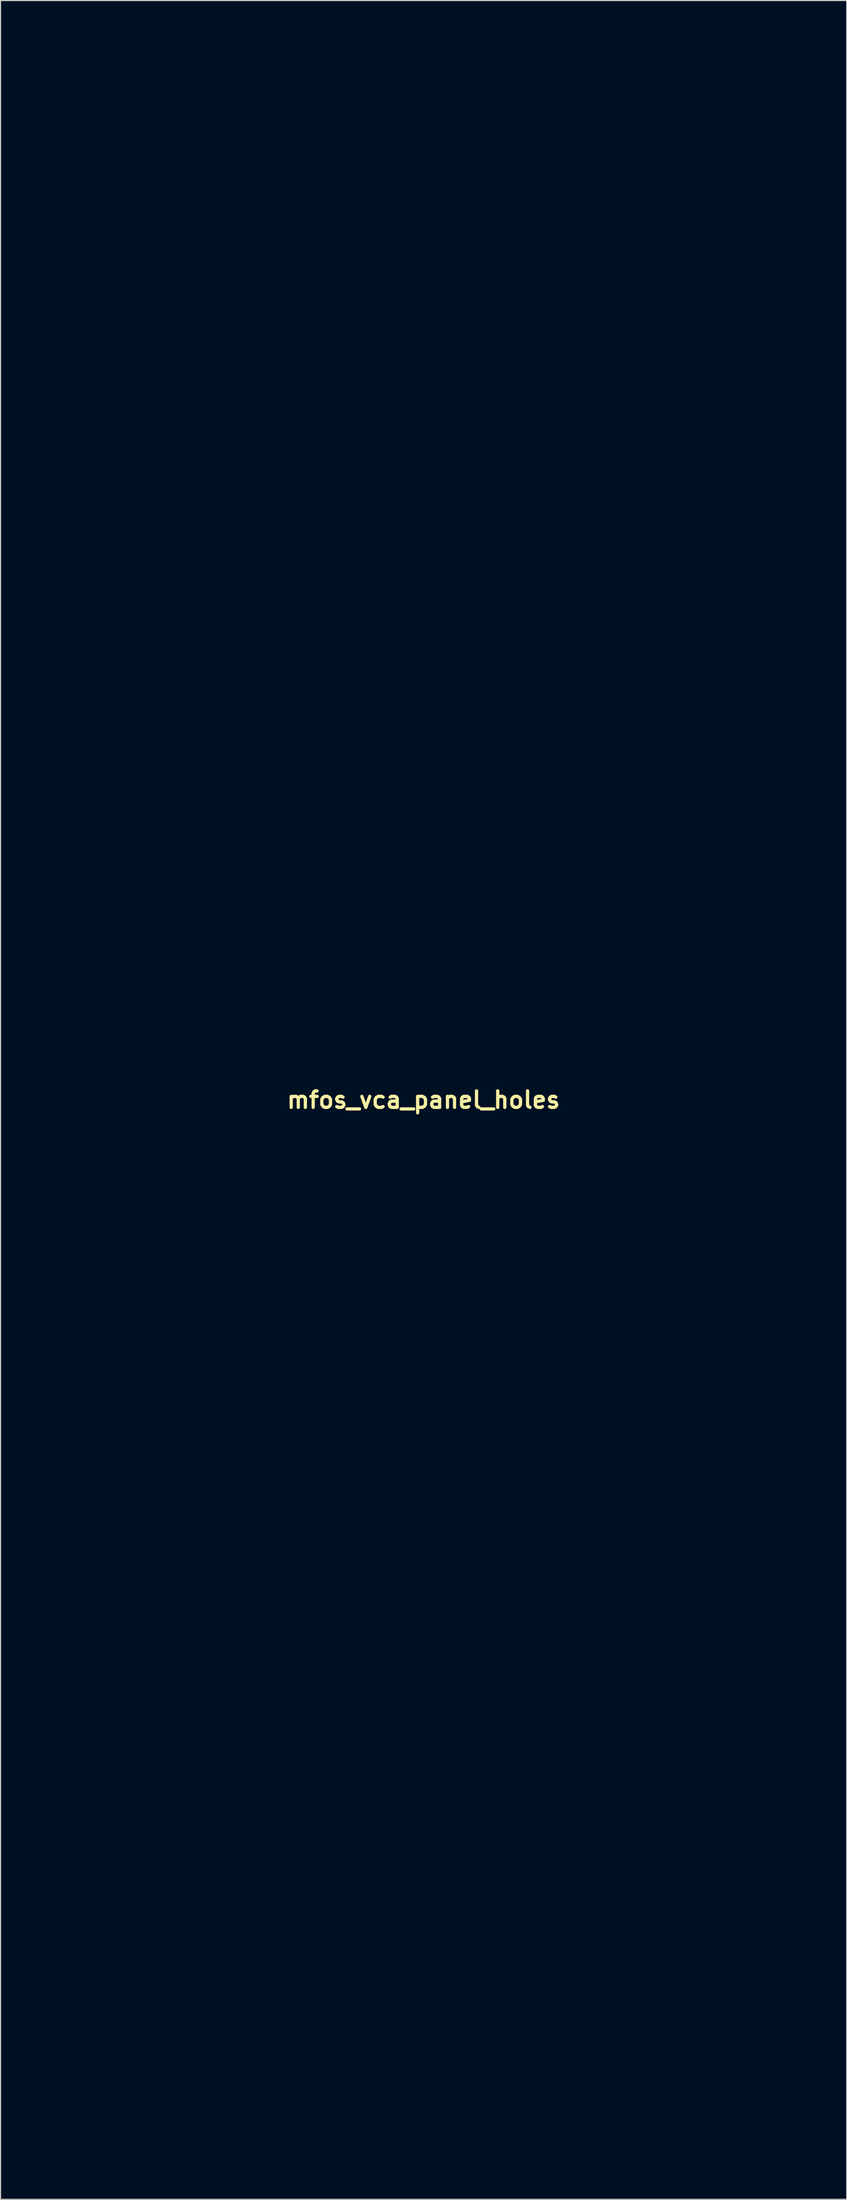
<source format=kicad_pcb>
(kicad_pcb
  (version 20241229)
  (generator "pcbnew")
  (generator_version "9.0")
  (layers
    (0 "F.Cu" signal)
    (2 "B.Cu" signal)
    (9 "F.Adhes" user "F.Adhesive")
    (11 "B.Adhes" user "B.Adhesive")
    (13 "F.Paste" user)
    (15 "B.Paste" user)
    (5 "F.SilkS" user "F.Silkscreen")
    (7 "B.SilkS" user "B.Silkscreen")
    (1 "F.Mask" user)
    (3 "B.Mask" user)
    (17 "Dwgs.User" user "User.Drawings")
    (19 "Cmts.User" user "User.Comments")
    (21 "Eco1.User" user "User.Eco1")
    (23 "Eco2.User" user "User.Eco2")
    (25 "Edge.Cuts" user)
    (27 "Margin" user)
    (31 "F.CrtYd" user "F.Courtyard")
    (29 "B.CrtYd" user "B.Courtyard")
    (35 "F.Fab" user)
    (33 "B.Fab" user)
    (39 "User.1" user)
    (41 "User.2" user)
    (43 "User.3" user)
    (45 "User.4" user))
  (footprint "mfos_vca_panel_holes"
    (layer "F.Cu")
    (at 36.093 98.595)
    (property "Reference" "mfos_vca_panel_holes" (at 0 0 0) (layer "F.SilkS") (effects (font (size 1.524 1.524) (thickness 0.3))))
    (attr through_hole)
    (fp_poly (pts (xy 34.175 95.406) (xy 34.364 95.409) (xy 34.522 95.413) (xy 34.654 95.419) (xy 34.764 95.428) (xy 34.855 95.44) (xy 34.932 95.454) (xy 34.999 95.471) (xy 35.06 95.493) (xy 35.119 95.517) (xy 35.18 95.547) (xy 35.224 95.568) (xy 35.463 95.715) (xy 35.665 95.892) (xy 35.831 96.095) (xy 35.959 96.319) (xy 36.049 96.558) (xy 36.099 96.808) (xy 36.109 97.062) (xy 36.079 97.316) (xy 36.007 97.564) (xy 35.892 97.802) (xy 35.735 98.024) (xy 35.6 98.165) (xy 35.454 98.29) (xy 35.307 98.387) (xy 35.14 98.469) (xy 35.001 98.522) (xy 34.811 98.59) (xy 33.185 98.594) (xy 32.898 98.594) (xy 32.623 98.594) (xy 32.365 98.593) (xy 32.128 98.591) (xy 31.917 98.589) (xy 31.737 98.586) (xy 31.593 98.583) (xy 31.489 98.58) (xy 31.43 98.576) (xy 31.424 98.575) (xy 31.221 98.52) (xy 31.01 98.428) (xy 30.806 98.307) (xy 30.624 98.166) (xy 30.479 98.015) (xy 30.319 97.774) (xy 30.207 97.518) (xy 30.143 97.244) (xy 30.125 96.994) (xy 30.148 96.712) (xy 30.219 96.446) (xy 30.333 96.201) (xy 30.488 95.979) (xy 30.683 95.785) (xy 30.913 95.622) (xy 31.177 95.494) (xy 31.191 95.488) (xy 31.382 95.415) (xy 33.033 95.408) (xy 33.384 95.406) (xy 33.689 95.405) (xy 33.951 95.405) (xy 34.175 95.406)) (stroke (width 0.01) (type solid)) (fill no) (layer "Eco1.User"))
    (fp_poly (pts (xy -32.449 -98.59) (xy -32.191 -98.589) (xy -31.972 -98.588) (xy -31.788 -98.585) (xy -31.634 -98.581) (xy -31.506 -98.574) (xy -31.401 -98.566) (xy -31.314 -98.555) (xy -31.242 -98.541) (xy -31.179 -98.524) (xy -31.123 -98.503) (xy -31.07 -98.478) (xy -31.014 -98.449) (xy -30.952 -98.416) (xy -30.937 -98.408) (xy -30.698 -98.25) (xy -30.494 -98.058) (xy -30.329 -97.836) (xy -30.204 -97.588) (xy -30.135 -97.366) (xy -30.106 -97.17) (xy -30.101 -96.952) (xy -30.121 -96.733) (xy -30.163 -96.532) (xy -30.183 -96.47) (xy -30.3 -96.212) (xy -30.459 -95.984) (xy -30.658 -95.787) (xy -30.896 -95.62) (xy -31.173 -95.486) (xy -31.21 -95.471) (xy -31.24 -95.46) (xy -31.27 -95.451) (xy -31.304 -95.443) (xy -31.346 -95.436) (xy -31.4 -95.43) (xy -31.47 -95.426) (xy -31.56 -95.422) (xy -31.673 -95.419) (xy -31.814 -95.417) (xy -31.987 -95.415) (xy -32.195 -95.413) (xy -32.442 -95.412) (xy -32.733 -95.411) (xy -33.033 -95.41) (xy -33.367 -95.409) (xy -33.655 -95.408) (xy -33.9 -95.408) (xy -34.106 -95.408) (xy -34.278 -95.409) (xy -34.418 -95.411) (xy -34.533 -95.413) (xy -34.624 -95.417) (xy -34.697 -95.421) (xy -34.756 -95.426) (xy -34.804 -95.433) (xy -34.845 -95.441) (xy -34.885 -95.451) (xy -34.894 -95.453) (xy -35.155 -95.547) (xy -35.39 -95.681) (xy -35.595 -95.848) (xy -35.768 -96.046) (xy -35.907 -96.267) (xy -36.008 -96.508) (xy -36.068 -96.764) (xy -36.086 -97.028) (xy -36.058 -97.297) (xy -36.004 -97.501) (xy -35.935 -97.682) (xy -35.855 -97.834) (xy -35.752 -97.976) (xy -35.655 -98.085) (xy -35.469 -98.259) (xy -35.269 -98.393) (xy -35.039 -98.499) (xy -35.002 -98.512) (xy -34.785 -98.59) (xy -33.096 -98.59) (xy -32.749 -98.59) (xy -32.449 -98.59)) (stroke (width 0.01) (type solid)) (fill no) (layer "Eco1.User"))
    (fp_poly (pts (xy -18.692 21.557) (xy -18.307 21.612) (xy -17.928 21.709) (xy -17.561 21.849) (xy -17.208 22.033) (xy -16.873 22.259) (xy -16.561 22.529) (xy -16.522 22.567) (xy -16.239 22.885) (xy -15.999 23.23) (xy -15.802 23.601) (xy -15.65 23.998) (xy -15.552 24.363) (xy -15.53 24.506) (xy -15.515 24.685) (xy -15.506 24.888) (xy -15.505 25.101) (xy -15.51 25.309) (xy -15.522 25.501) (xy -15.542 25.663) (xy -15.553 25.724) (xy -15.669 26.141) (xy -15.827 26.533) (xy -16.026 26.898) (xy -16.264 27.233) (xy -16.537 27.536) (xy -16.845 27.805) (xy -17.185 28.036) (xy -17.555 28.229) (xy -17.89 28.359) (xy -18.193 28.444) (xy -18.516 28.502) (xy -18.843 28.535) (xy -19.158 28.538) (xy -19.367 28.522) (xy -19.784 28.447) (xy -20.182 28.327) (xy -20.557 28.165) (xy -20.908 27.963) (xy -21.231 27.724) (xy -21.523 27.45) (xy -21.783 27.144) (xy -22.006 26.81) (xy -22.191 26.448) (xy -22.335 26.063) (xy -22.434 25.656) (xy -22.44 25.619) (xy -22.462 25.44) (xy -22.475 25.228) (xy -22.478 25.002) (xy -22.474 24.867) (xy -21.438 24.867) (xy -21.438 25.121) (xy -19.126 25.121) (xy -19.126 27.457) (xy -18.847 27.457) (xy -18.847 25.121) (xy -16.535 25.121) (xy -16.535 24.867) (xy -18.846 24.867) (xy -18.86 22.543) (xy -19.113 22.543) (xy -19.12 23.705) (xy -19.127 24.867) (xy -21.438 24.867) (xy -22.474 24.867) (xy -22.471 24.777) (xy -22.454 24.572) (xy -22.439 24.458) (xy -22.347 24.062) (xy -22.208 23.677) (xy -22.024 23.308) (xy -21.799 22.962) (xy -21.548 22.659) (xy -21.248 22.372) (xy -20.925 22.128) (xy -20.581 21.927) (xy -20.221 21.768) (xy -19.848 21.651) (xy -19.466 21.577) (xy -19.079 21.546) (xy -18.692 21.557)) (stroke (width 0.01) (type solid)) (fill no) (layer "Eco1.User"))
    (fp_poly (pts (xy 19.185 21.552) (xy 19.411 21.566) (xy 19.615 21.589) (xy 19.734 21.611) (xy 20.128 21.722) (xy 20.505 21.875) (xy 20.857 22.064) (xy 21.109 22.235) (xy 21.43 22.508) (xy 21.712 22.811) (xy 21.954 23.14) (xy 22.154 23.493) (xy 22.312 23.866) (xy 22.426 24.254) (xy 22.494 24.654) (xy 22.515 25.062) (xy 22.488 25.475) (xy 22.417 25.87) (xy 22.297 26.265) (xy 22.132 26.638) (xy 21.927 26.986) (xy 21.683 27.308) (xy 21.405 27.598) (xy 21.094 27.856) (xy 20.754 28.078) (xy 20.389 28.261) (xy 20.001 28.402) (xy 19.658 28.486) (xy 19.502 28.509) (xy 19.314 28.526) (xy 19.11 28.536) (xy 18.907 28.539) (xy 18.722 28.534) (xy 18.593 28.523) (xy 18.186 28.448) (xy 17.797 28.327) (xy 17.427 28.163) (xy 17.081 27.959) (xy 16.761 27.717) (xy 16.471 27.442) (xy 16.212 27.135) (xy 15.99 26.8) (xy 15.805 26.439) (xy 15.662 26.056) (xy 15.564 25.653) (xy 15.558 25.619) (xy 15.537 25.445) (xy 15.524 25.238) (xy 15.521 25.016) (xy 15.525 24.867) (xy 16.561 24.867) (xy 16.561 25.121) (xy 18.872 25.121) (xy 18.872 27.457) (xy 19.152 27.457) (xy 19.152 25.121) (xy 21.463 25.121) (xy 21.463 24.867) (xy 19.152 24.867) (xy 19.139 22.543) (xy 18.885 22.543) (xy 18.878 23.705) (xy 18.872 24.867) (xy 16.561 24.867) (xy 15.525 24.867) (xy 15.527 24.794) (xy 15.542 24.59) (xy 15.558 24.466) (xy 15.648 24.065) (xy 15.784 23.682) (xy 15.962 23.321) (xy 16.18 22.984) (xy 16.436 22.675) (xy 16.726 22.396) (xy 17.048 22.15) (xy 17.4 21.94) (xy 17.777 21.768) (xy 18.179 21.638) (xy 18.339 21.6) (xy 18.512 21.572) (xy 18.72 21.555) (xy 18.95 21.548) (xy 19.185 21.552)) (stroke (width 0.01) (type solid)) (fill no) (layer "Eco1.User"))
    (fp_poly (pts (xy 28.666 45.039) (xy 29.139 45.122) (xy 29.153 45.126) (xy 29.627 45.261) (xy 30.081 45.441) (xy 30.51 45.663) (xy 30.914 45.924) (xy 31.29 46.221) (xy 31.636 46.552) (xy 31.948 46.915) (xy 32.226 47.305) (xy 32.465 47.722) (xy 32.665 48.161) (xy 32.823 48.621) (xy 32.936 49.098) (xy 32.993 49.501) (xy 33.019 49.995) (xy 32.995 50.484) (xy 32.924 50.964) (xy 32.807 51.432) (xy 32.647 51.885) (xy 32.444 52.319) (xy 32.202 52.733) (xy 31.92 53.122) (xy 31.602 53.484) (xy 31.248 53.815) (xy 30.861 54.113) (xy 30.442 54.374) (xy 30.218 54.491) (xy 29.759 54.689) (xy 29.285 54.838) (xy 28.797 54.939) (xy 28.296 54.99) (xy 27.78 54.993) (xy 27.686 54.989) (xy 27.201 54.936) (xy 26.728 54.835) (xy 26.268 54.688) (xy 25.826 54.497) (xy 25.405 54.265) (xy 25.007 53.994) (xy 24.636 53.685) (xy 24.296 53.341) (xy 23.988 52.965) (xy 23.717 52.557) (xy 23.498 52.146) (xy 23.307 51.686) (xy 23.164 51.217) (xy 23.068 50.745) (xy 23.019 50.271) (xy 23.016 49.86) (xy 25.527 49.86) (xy 25.527 50.14) (xy 27.889 50.14) (xy 27.889 52.502) (xy 28.143 52.502) (xy 28.143 50.14) (xy 30.505 50.14) (xy 30.505 49.86) (xy 28.143 49.86) (xy 28.143 47.498) (xy 27.889 47.498) (xy 27.889 49.86) (xy 25.527 49.86) (xy 23.016 49.86) (xy 23.016 49.799) (xy 23.057 49.332) (xy 23.141 48.872) (xy 23.268 48.423) (xy 23.436 47.988) (xy 23.644 47.57) (xy 23.891 47.171) (xy 24.176 46.795) (xy 24.499 46.444) (xy 24.857 46.123) (xy 25.25 45.833) (xy 25.677 45.578) (xy 25.847 45.491) (xy 26.283 45.306) (xy 26.741 45.164) (xy 27.215 45.066) (xy 27.698 45.012) (xy 28.184 45.003) (xy 28.666 45.039)) (stroke (width 0.01) (type solid)) (fill no) (layer "Eco1.User"))
    (fp_poly (pts (xy 33.433 -98.59) (xy 33.722 -98.59) (xy 33.969 -98.589) (xy 34.177 -98.588) (xy 34.349 -98.587) (xy 34.49 -98.584) (xy 34.605 -98.581) (xy 34.695 -98.578) (xy 34.767 -98.573) (xy 34.822 -98.568) (xy 34.867 -98.561) (xy 34.903 -98.553) (xy 34.936 -98.544) (xy 34.936 -98.544) (xy 35.207 -98.437) (xy 35.444 -98.294) (xy 35.586 -98.178) (xy 35.759 -97.997) (xy 35.892 -97.808) (xy 35.996 -97.595) (xy 36.027 -97.512) (xy 36.063 -97.403) (xy 36.086 -97.312) (xy 36.098 -97.218) (xy 36.104 -97.104) (xy 36.105 -97.015) (xy 36.103 -96.866) (xy 36.093 -96.749) (xy 36.075 -96.645) (xy 36.047 -96.545) (xy 35.941 -96.285) (xy 35.792 -96.048) (xy 35.605 -95.839) (xy 35.387 -95.663) (xy 35.142 -95.527) (xy 35.002 -95.472) (xy 34.968 -95.46) (xy 34.934 -95.451) (xy 34.898 -95.443) (xy 34.853 -95.436) (xy 34.798 -95.43) (xy 34.726 -95.426) (xy 34.636 -95.422) (xy 34.522 -95.419) (xy 34.38 -95.417) (xy 34.207 -95.415) (xy 33.999 -95.414) (xy 33.751 -95.413) (xy 33.46 -95.412) (xy 33.172 -95.412) (xy 32.885 -95.411) (xy 32.611 -95.411) (xy 32.355 -95.412) (xy 32.122 -95.412) (xy 31.916 -95.413) (xy 31.742 -95.414) (xy 31.604 -95.415) (xy 31.506 -95.417) (xy 31.453 -95.419) (xy 31.445 -95.42) (xy 31.198 -95.487) (xy 30.958 -95.598) (xy 30.735 -95.747) (xy 30.537 -95.927) (xy 30.378 -96.129) (xy 30.28 -96.296) (xy 30.21 -96.457) (xy 30.166 -96.625) (xy 30.143 -96.816) (xy 30.138 -97.015) (xy 30.14 -97.16) (xy 30.145 -97.268) (xy 30.155 -97.353) (xy 30.172 -97.429) (xy 30.198 -97.511) (xy 30.205 -97.528) (xy 30.325 -97.788) (xy 30.485 -98.018) (xy 30.684 -98.216) (xy 30.919 -98.381) (xy 31.188 -98.51) (xy 31.221 -98.522) (xy 31.407 -98.59) (xy 33.096 -98.59) (xy 33.433 -98.59)) (stroke (width 0.01) (type solid)) (fill no) (layer "Eco1.User"))
    (fp_poly (pts (xy 19.515 -63.462) (xy 19.863 -63.399) (xy 20.196 -63.299) (xy 20.526 -63.16) (xy 20.587 -63.13) (xy 20.865 -62.97) (xy 21.142 -62.772) (xy 21.406 -62.547) (xy 21.647 -62.304) (xy 21.852 -62.053) (xy 21.915 -61.963) (xy 22.128 -61.6) (xy 22.294 -61.221) (xy 22.414 -60.829) (xy 22.488 -60.43) (xy 22.515 -60.026) (xy 22.495 -59.623) (xy 22.429 -59.223) (xy 22.316 -58.832) (xy 22.156 -58.452) (xy 22.031 -58.222) (xy 21.802 -57.883) (xy 21.536 -57.573) (xy 21.237 -57.297) (xy 20.909 -57.057) (xy 20.558 -56.856) (xy 20.188 -56.698) (xy 19.803 -56.585) (xy 19.647 -56.554) (xy 19.524 -56.536) (xy 19.374 -56.521) (xy 19.21 -56.51) (xy 19.046 -56.502) (xy 18.897 -56.498) (xy 18.775 -56.5) (xy 18.72 -56.505) (xy 18.358 -56.561) (xy 18.029 -56.641) (xy 17.719 -56.749) (xy 17.42 -56.886) (xy 17.055 -57.101) (xy 16.723 -57.353) (xy 16.427 -57.64) (xy 16.168 -57.96) (xy 15.948 -58.311) (xy 15.768 -58.689) (xy 15.631 -59.094) (xy 15.616 -59.15) (xy 15.566 -59.396) (xy 15.534 -59.672) (xy 15.519 -59.961) (xy 15.522 -60.122) (xy 16.51 -60.122) (xy 16.51 -59.868) (xy 18.872 -59.868) (xy 18.872 -57.506) (xy 19.152 -57.506) (xy 19.152 -59.868) (xy 21.514 -59.868) (xy 21.514 -60.122) (xy 19.152 -60.122) (xy 19.139 -62.497) (xy 18.885 -62.497) (xy 18.878 -61.309) (xy 18.872 -60.122) (xy 16.51 -60.122) (xy 15.522 -60.122) (xy 15.524 -60.245) (xy 15.548 -60.507) (xy 15.554 -60.547) (xy 15.644 -60.955) (xy 15.782 -61.347) (xy 15.965 -61.72) (xy 16.193 -62.07) (xy 16.462 -62.393) (xy 16.479 -62.411) (xy 16.736 -62.657) (xy 17.006 -62.866) (xy 17.306 -63.05) (xy 17.462 -63.132) (xy 17.801 -63.283) (xy 18.129 -63.391) (xy 18.459 -63.46) (xy 18.805 -63.492) (xy 19.138 -63.492) (xy 19.515 -63.462)) (stroke (width 0.01) (type solid)) (fill no) (layer "Eco1.User"))
    (fp_poly (pts (xy -18.759 -63.482) (xy -18.555 -63.47) (xy -18.37 -63.447) (xy -18.191 -63.409) (xy -18.002 -63.356) (xy -17.845 -63.304) (xy -17.458 -63.144) (xy -17.099 -62.942) (xy -16.768 -62.702) (xy -16.47 -62.427) (xy -16.206 -62.119) (xy -15.98 -61.782) (xy -15.792 -61.419) (xy -15.647 -61.032) (xy -15.547 -60.625) (xy -15.528 -60.516) (xy -15.51 -60.347) (xy -15.501 -60.147) (xy -15.5 -59.932) (xy -15.508 -59.718) (xy -15.524 -59.518) (xy -15.547 -59.35) (xy -15.555 -59.309) (xy -15.67 -58.897) (xy -15.827 -58.508) (xy -16.026 -58.144) (xy -16.263 -57.81) (xy -16.536 -57.507) (xy -16.843 -57.238) (xy -17.181 -57.006) (xy -17.549 -56.814) (xy -17.89 -56.68) (xy -18.231 -56.588) (xy -18.592 -56.528) (xy -18.955 -56.504) (xy -19.304 -56.516) (xy -19.304 -56.516) (xy -19.719 -56.58) (xy -20.116 -56.689) (xy -20.492 -56.842) (xy -20.845 -57.035) (xy -21.171 -57.267) (xy -21.468 -57.534) (xy -21.733 -57.834) (xy -21.963 -58.164) (xy -22.156 -58.522) (xy -22.309 -58.905) (xy -22.418 -59.311) (xy -22.442 -59.433) (xy -22.462 -59.595) (xy -22.474 -59.792) (xy -22.477 -60.005) (xy -22.475 -60.122) (xy -21.488 -60.122) (xy -21.488 -59.868) (xy -19.126 -59.868) (xy -19.126 -57.506) (xy -18.847 -57.506) (xy -18.847 -59.868) (xy -16.485 -59.868) (xy -16.485 -60.122) (xy -18.846 -60.122) (xy -18.86 -62.497) (xy -19.113 -62.497) (xy -19.12 -61.309) (xy -19.127 -60.122) (xy -21.488 -60.122) (xy -22.475 -60.122) (xy -22.473 -60.22) (xy -22.459 -60.42) (xy -22.441 -60.573) (xy -22.351 -60.97) (xy -22.215 -61.352) (xy -22.035 -61.715) (xy -21.815 -62.056) (xy -21.558 -62.369) (xy -21.267 -62.651) (xy -20.945 -62.898) (xy -20.595 -63.106) (xy -20.472 -63.166) (xy -20.203 -63.281) (xy -19.953 -63.367) (xy -19.706 -63.427) (xy -19.448 -63.465) (xy -19.164 -63.482) (xy -18.999 -63.485) (xy -18.759 -63.482)) (stroke (width 0.01) (type solid)) (fill no) (layer "Eco1.User"))
    (fp_poly (pts (xy 10.426 70.016) (xy 10.899 70.078) (xy 11.367 70.185) (xy 11.828 70.339) (xy 12.278 70.539) (xy 12.621 70.729) (xy 13.028 71.006) (xy 13.404 71.32) (xy 13.746 71.669) (xy 14.051 72.05) (xy 14.319 72.459) (xy 14.547 72.894) (xy 14.733 73.35) (xy 14.875 73.826) (xy 14.971 74.317) (xy 14.985 74.421) (xy 15.001 74.605) (xy 15.009 74.823) (xy 15.01 75.057) (xy 15.003 75.291) (xy 14.988 75.509) (xy 14.974 75.646) (xy 14.883 76.142) (xy 14.746 76.619) (xy 14.564 77.077) (xy 14.34 77.512) (xy 14.074 77.922) (xy 13.77 78.303) (xy 13.429 78.654) (xy 13.053 78.971) (xy 12.643 79.252) (xy 12.203 79.494) (xy 12.187 79.502) (xy 11.739 79.692) (xy 11.274 79.838) (xy 10.8 79.94) (xy 10.322 79.995) (xy 9.846 80.003) (xy 9.538 79.982) (xy 9.039 79.906) (xy 8.556 79.784) (xy 8.091 79.616) (xy 7.648 79.406) (xy 7.23 79.154) (xy 6.839 78.864) (xy 6.477 78.537) (xy 6.148 78.174) (xy 5.855 77.778) (xy 5.599 77.351) (xy 5.511 77.178) (xy 5.316 76.718) (xy 5.169 76.248) (xy 5.071 75.769) (xy 5.019 75.287) (xy 5.016 74.879) (xy 7.518 74.879) (xy 7.518 75.133) (xy 9.881 75.133) (xy 9.881 77.495) (xy 10.135 77.495) (xy 10.135 75.133) (xy 12.522 75.133) (xy 12.522 74.88) (xy 10.147 74.867) (xy 10.141 73.679) (xy 10.134 72.492) (xy 9.881 72.492) (xy 9.881 74.879) (xy 7.518 74.879) (xy 5.016 74.879) (xy 5.015 74.804) (xy 5.057 74.324) (xy 5.146 73.849) (xy 5.28 73.384) (xy 5.459 72.932) (xy 5.684 72.497) (xy 5.953 72.081) (xy 6.176 71.793) (xy 6.513 71.428) (xy 6.878 71.103) (xy 7.268 70.818) (xy 7.68 70.575) (xy 8.11 70.374) (xy 8.556 70.216) (xy 9.014 70.1) (xy 9.48 70.028) (xy 9.952 70) (xy 10.426 70.016)) (stroke (width 0.01) (type solid)) (fill no) (layer "Eco1.User"))
    (fp_poly (pts (xy -33.565 95.406) (xy -33.245 95.407) (xy -33.007 95.408) (xy -32.677 95.41) (xy -32.394 95.411) (xy -32.153 95.413) (xy -31.952 95.415) (xy -31.785 95.417) (xy -31.649 95.419) (xy -31.54 95.423) (xy -31.455 95.427) (xy -31.388 95.431) (xy -31.336 95.437) (xy -31.296 95.445) (xy -31.263 95.453) (xy -31.233 95.463) (xy -31.21 95.472) (xy -30.927 95.602) (xy -30.684 95.764) (xy -30.481 95.958) (xy -30.317 96.183) (xy -30.194 96.44) (xy -30.181 96.474) (xy -30.133 96.658) (xy -30.106 96.869) (xy -30.101 97.087) (xy -30.12 97.292) (xy -30.135 97.368) (xy -30.22 97.622) (xy -30.349 97.86) (xy -30.518 98.075) (xy -30.72 98.262) (xy -30.95 98.415) (xy -31.204 98.529) (xy -31.217 98.533) (xy -31.251 98.544) (xy -31.284 98.554) (xy -31.322 98.562) (xy -31.367 98.569) (xy -31.424 98.575) (xy -31.497 98.579) (xy -31.589 98.583) (xy -31.705 98.586) (xy -31.849 98.588) (xy -32.025 98.59) (xy -32.237 98.591) (xy -32.489 98.593) (xy -32.785 98.594) (xy -33.02 98.595) (xy -33.368 98.595) (xy -33.668 98.596) (xy -33.925 98.595) (xy -34.142 98.594) (xy -34.322 98.592) (xy -34.469 98.59) (xy -34.586 98.586) (xy -34.677 98.581) (xy -34.745 98.576) (xy -34.794 98.569) (xy -34.811 98.566) (xy -35.07 98.489) (xy -35.298 98.378) (xy -35.505 98.228) (xy -35.663 98.076) (xy -35.814 97.884) (xy -35.938 97.661) (xy -36.028 97.425) (xy -36.055 97.32) (xy -36.088 97.048) (xy -36.072 96.778) (xy -36.012 96.517) (xy -35.909 96.27) (xy -35.766 96.042) (xy -35.586 95.84) (xy -35.372 95.669) (xy -35.198 95.568) (xy -35.134 95.536) (xy -35.074 95.508) (xy -35.014 95.485) (xy -34.952 95.465) (xy -34.882 95.448) (xy -34.8 95.435) (xy -34.703 95.425) (xy -34.586 95.417) (xy -34.446 95.411) (xy -34.277 95.408) (xy -34.077 95.406) (xy -33.841 95.405) (xy -33.565 95.406)) (stroke (width 0.01) (type solid)) (fill no) (layer "Eco1.User"))
    (fp_poly (pts (xy 19.277 -19.494) (xy 19.418 -19.48) (xy 19.834 -19.405) (xy 20.234 -19.283) (xy 20.615 -19.114) (xy 20.974 -18.9) (xy 21.309 -18.643) (xy 21.426 -18.537) (xy 21.71 -18.234) (xy 21.952 -17.906) (xy 22.152 -17.557) (xy 22.309 -17.191) (xy 22.422 -16.811) (xy 22.492 -16.422) (xy 22.517 -16.028) (xy 22.497 -15.632) (xy 22.433 -15.239) (xy 22.322 -14.853) (xy 22.166 -14.477) (xy 21.963 -14.116) (xy 21.931 -14.066) (xy 21.677 -13.73) (xy 21.387 -13.429) (xy 21.066 -13.165) (xy 20.716 -12.941) (xy 20.34 -12.759) (xy 19.942 -12.622) (xy 19.787 -12.582) (xy 19.604 -12.549) (xy 19.391 -12.524) (xy 19.162 -12.509) (xy 18.933 -12.504) (xy 18.719 -12.51) (xy 18.536 -12.527) (xy 18.504 -12.532) (xy 18.076 -12.627) (xy 17.673 -12.766) (xy 17.297 -12.949) (xy 16.948 -13.173) (xy 16.627 -13.44) (xy 16.336 -13.748) (xy 16.188 -13.935) (xy 15.999 -14.224) (xy 15.834 -14.547) (xy 15.698 -14.886) (xy 15.597 -15.229) (xy 15.56 -15.416) (xy 15.537 -15.6) (xy 15.524 -15.814) (xy 15.521 -16.042) (xy 15.523 -16.129) (xy 16.51 -16.129) (xy 16.51 -15.875) (xy 18.872 -15.875) (xy 18.872 -14.698) (xy 18.873 -14.458) (xy 18.874 -14.234) (xy 18.875 -14.031) (xy 18.878 -13.853) (xy 18.88 -13.706) (xy 18.884 -13.596) (xy 18.887 -13.526) (xy 18.89 -13.503) (xy 18.925 -13.494) (xy 18.99 -13.491) (xy 19.024 -13.493) (xy 19.139 -13.5) (xy 19.152 -15.875) (xy 21.514 -15.875) (xy 21.514 -16.129) (xy 19.152 -16.129) (xy 19.152 -18.491) (xy 18.872 -18.491) (xy 18.872 -16.129) (xy 16.51 -16.129) (xy 15.523 -16.129) (xy 15.527 -16.265) (xy 15.543 -16.467) (xy 15.558 -16.577) (xy 15.652 -16.981) (xy 15.79 -17.364) (xy 15.968 -17.723) (xy 16.183 -18.056) (xy 16.432 -18.361) (xy 16.713 -18.635) (xy 17.021 -18.876) (xy 17.354 -19.082) (xy 17.708 -19.25) (xy 18.081 -19.377) (xy 18.469 -19.462) (xy 18.869 -19.501) (xy 19.277 -19.494)) (stroke (width 0.01) (type solid)) (fill no) (layer "Eco1.User"))
    (fp_poly (pts (xy 28.502 70.022) (xy 28.98 70.092) (xy 29.453 70.209) (xy 29.916 70.373) (xy 30.348 70.575) (xy 30.769 70.825) (xy 31.163 71.116) (xy 31.528 71.444) (xy 31.86 71.804) (xy 32.155 72.193) (xy 32.408 72.606) (xy 32.584 72.962) (xy 32.766 73.436) (xy 32.899 73.919) (xy 32.983 74.409) (xy 33.018 74.903) (xy 33.003 75.397) (xy 32.938 75.888) (xy 32.824 76.375) (xy 32.764 76.568) (xy 32.581 77.038) (xy 32.355 77.483) (xy 32.088 77.901) (xy 31.782 78.289) (xy 31.438 78.645) (xy 31.06 78.967) (xy 30.649 79.251) (xy 30.207 79.497) (xy 30.148 79.526) (xy 29.711 79.707) (xy 29.252 79.847) (xy 28.777 79.943) (xy 28.295 79.995) (xy 27.813 80.001) (xy 27.534 79.982) (xy 27.045 79.91) (xy 26.571 79.791) (xy 26.114 79.627) (xy 25.676 79.419) (xy 25.261 79.172) (xy 24.872 78.885) (xy 24.511 78.563) (xy 24.181 78.207) (xy 23.886 77.819) (xy 23.628 77.401) (xy 23.41 76.957) (xy 23.31 76.708) (xy 23.173 76.267) (xy 23.078 75.805) (xy 23.026 75.33) (xy 23.018 74.88) (xy 25.527 74.88) (xy 25.527 75.133) (xy 27.889 75.133) (xy 27.889 77.495) (xy 28.143 77.495) (xy 28.143 75.133) (xy 30.505 75.133) (xy 30.505 74.88) (xy 29.331 74.873) (xy 28.156 74.867) (xy 28.149 73.679) (xy 28.143 72.492) (xy 27.89 72.492) (xy 27.877 74.867) (xy 26.702 74.873) (xy 25.527 74.88) (xy 23.018 74.88) (xy 23.017 74.85) (xy 23.052 74.374) (xy 23.131 73.909) (xy 23.152 73.82) (xy 23.289 73.357) (xy 23.474 72.904) (xy 23.701 72.467) (xy 23.968 72.056) (xy 24.05 71.945) (xy 24.145 71.829) (xy 24.269 71.692) (xy 24.409 71.543) (xy 24.557 71.396) (xy 24.699 71.26) (xy 24.827 71.146) (xy 24.867 71.113) (xy 25.269 70.819) (xy 25.694 70.57) (xy 26.136 70.365) (xy 26.594 70.206) (xy 27.063 70.091) (xy 27.539 70.022) (xy 28.02 69.999) (xy 28.502 70.022)) (stroke (width 0.01) (type solid)) (fill no) (layer "Eco1.User"))
    (fp_poly (pts (xy -9.631 45.019) (xy -9.288 45.051) (xy -8.958 45.108) (xy -8.626 45.192) (xy -8.398 45.264) (xy -7.938 45.444) (xy -7.503 45.665) (xy -7.096 45.925) (xy -6.719 46.221) (xy -6.374 46.55) (xy -6.062 46.909) (xy -5.787 47.295) (xy -5.549 47.705) (xy -5.35 48.137) (xy -5.193 48.587) (xy -5.08 49.052) (xy -5.012 49.53) (xy -4.991 50.018) (xy -5.003 50.334) (xy -5.065 50.844) (xy -5.173 51.336) (xy -5.328 51.809) (xy -5.529 52.261) (xy -5.777 52.692) (xy -6.07 53.101) (xy -6.151 53.2) (xy -6.493 53.572) (xy -6.866 53.904) (xy -7.268 54.194) (xy -7.699 54.442) (xy -8.157 54.648) (xy -8.642 54.812) (xy -9.149 54.931) (xy -9.254 54.946) (xy -9.399 54.958) (xy -9.573 54.968) (xy -9.764 54.976) (xy -9.961 54.98) (xy -10.153 54.982) (xy -10.328 54.98) (xy -10.477 54.975) (xy -10.587 54.966) (xy -10.592 54.965) (xy -11.051 54.884) (xy -11.482 54.768) (xy -11.897 54.614) (xy -12.179 54.485) (xy -12.518 54.305) (xy -12.82 54.115) (xy -13.102 53.908) (xy -13.148 53.871) (xy -13.516 53.538) (xy -13.844 53.179) (xy -14.131 52.795) (xy -14.377 52.391) (xy -14.581 51.97) (xy -14.744 51.534) (xy -14.865 51.087) (xy -14.944 50.632) (xy -14.981 50.173) (xy -14.978 49.873) (xy -12.484 49.873) (xy -12.484 50.127) (xy -10.109 50.14) (xy -10.109 52.502) (xy -9.855 52.502) (xy -9.855 50.14) (xy -7.493 50.14) (xy -7.493 49.86) (xy -9.855 49.86) (xy -9.855 47.498) (xy -10.109 47.498) (xy -10.109 49.86) (xy -11.297 49.866) (xy -12.484 49.873) (xy -14.978 49.873) (xy -14.976 49.712) (xy -14.928 49.252) (xy -14.839 48.798) (xy -14.706 48.351) (xy -14.531 47.916) (xy -14.313 47.495) (xy -14.051 47.092) (xy -13.746 46.71) (xy -13.519 46.468) (xy -13.142 46.127) (xy -12.739 45.829) (xy -12.314 45.576) (xy -11.869 45.368) (xy -11.405 45.207) (xy -10.925 45.092) (xy -10.43 45.026) (xy -10.004 45.009) (xy -9.631 45.019)) (stroke (width 0.01) (type solid)) (fill no) (layer "Eco1.User"))
    (fp_poly (pts (xy -27.617 70.019) (xy -27.133 70.077) (xy -26.661 70.181) (xy -26.538 70.217) (xy -26.066 70.386) (xy -25.617 70.6) (xy -25.194 70.856) (xy -24.799 71.154) (xy -24.434 71.49) (xy -24.102 71.864) (xy -23.823 72.245) (xy -23.569 72.674) (xy -23.361 73.118) (xy -23.2 73.575) (xy -23.085 74.041) (xy -23.015 74.513) (xy -22.991 74.987) (xy -23.012 75.46) (xy -23.078 75.929) (xy -23.189 76.391) (xy -23.343 76.841) (xy -23.542 77.278) (xy -23.783 77.697) (xy -24.068 78.096) (xy -24.396 78.47) (xy -24.448 78.523) (xy -24.82 78.862) (xy -25.22 79.16) (xy -25.645 79.414) (xy -26.093 79.623) (xy -26.561 79.787) (xy -27.048 79.905) (xy -27.549 79.975) (xy -27.664 79.984) (xy -27.796 79.993) (xy -27.911 80) (xy -27.998 80.004) (xy -28.047 80.006) (xy -28.054 80.006) (xy -28.089 80.003) (xy -28.162 79.997) (xy -28.264 79.99) (xy -28.359 79.984) (xy -28.808 79.93) (xy -29.261 79.83) (xy -29.709 79.687) (xy -30.144 79.505) (xy -30.556 79.286) (xy -30.757 79.159) (xy -31.16 78.862) (xy -31.525 78.531) (xy -31.854 78.169) (xy -32.143 77.78) (xy -32.392 77.367) (xy -32.599 76.933) (xy -32.763 76.48) (xy -32.884 76.012) (xy -32.958 75.533) (xy -32.986 75.044) (xy -32.98 74.88) (xy -30.48 74.88) (xy -30.48 75.133) (xy -28.118 75.133) (xy -28.118 77.495) (xy -27.864 77.495) (xy -27.864 75.133) (xy -25.502 75.133) (xy -25.502 74.88) (xy -26.676 74.873) (xy -27.851 74.867) (xy -27.858 73.679) (xy -27.864 72.492) (xy -28.117 72.492) (xy -28.131 74.867) (xy -29.305 74.873) (xy -30.48 74.88) (xy -32.98 74.88) (xy -32.967 74.55) (xy -32.897 74.053) (xy -32.89 74.016) (xy -32.771 73.54) (xy -32.605 73.081) (xy -32.397 72.643) (xy -32.147 72.229) (xy -31.858 71.841) (xy -31.534 71.482) (xy -31.176 71.155) (xy -30.788 70.863) (xy -30.371 70.608) (xy -29.928 70.394) (xy -29.529 70.244) (xy -29.068 70.119) (xy -28.591 70.04) (xy -28.105 70.007) (xy -27.617 70.019)) (stroke (width 0.01) (type solid)) (fill no) (layer "Eco1.User"))
    (fp_poly (pts (xy -9.804 70.01) (xy -9.339 70.046) (xy -8.899 70.119) (xy -8.475 70.233) (xy -8.057 70.39) (xy -7.76 70.528) (xy -7.325 70.773) (xy -6.918 71.058) (xy -6.543 71.381) (xy -6.201 71.739) (xy -5.897 72.128) (xy -5.632 72.545) (xy -5.518 72.759) (xy -5.318 73.215) (xy -5.166 73.683) (xy -5.061 74.16) (xy -5.004 74.642) (xy -4.994 75.127) (xy -5.03 75.61) (xy -5.113 76.087) (xy -5.241 76.557) (xy -5.416 77.014) (xy -5.635 77.455) (xy -5.9 77.878) (xy -5.991 78.003) (xy -6.08 78.114) (xy -6.198 78.248) (xy -6.337 78.395) (xy -6.486 78.547) (xy -6.637 78.694) (xy -6.781 78.827) (xy -6.908 78.938) (xy -6.985 78.999) (xy -7.41 79.282) (xy -7.855 79.519) (xy -8.318 79.709) (xy -8.797 79.852) (xy -9.288 79.946) (xy -9.789 79.991) (xy -10.298 79.987) (xy -10.351 79.984) (xy -10.837 79.926) (xy -11.313 79.819) (xy -11.776 79.666) (xy -12.221 79.469) (xy -12.646 79.23) (xy -13.046 78.95) (xy -13.419 78.631) (xy -13.76 78.276) (xy -14.067 77.887) (xy -14.073 77.878) (xy -14.339 77.459) (xy -14.559 77.022) (xy -14.734 76.57) (xy -14.862 76.106) (xy -14.945 75.634) (xy -14.983 75.158) (xy -14.978 74.88) (xy -12.497 74.88) (xy -12.497 75.133) (xy -10.109 75.133) (xy -10.109 77.495) (xy -9.855 77.495) (xy -9.855 75.133) (xy -7.493 75.133) (xy -7.493 74.879) (xy -9.855 74.879) (xy -9.855 72.492) (xy -10.109 72.492) (xy -10.122 74.867) (xy -12.497 74.88) (xy -14.978 74.88) (xy -14.975 74.68) (xy -14.921 74.205) (xy -14.822 73.735) (xy -14.678 73.274) (xy -14.488 72.826) (xy -14.254 72.393) (xy -13.974 71.979) (xy -13.948 71.945) (xy -13.845 71.82) (xy -13.713 71.674) (xy -13.564 71.518) (xy -13.409 71.365) (xy -13.258 71.225) (xy -13.123 71.109) (xy -13.106 71.095) (xy -12.695 70.799) (xy -12.262 70.549) (xy -11.81 70.345) (xy -11.34 70.189) (xy -10.856 70.08) (xy -10.36 70.02) (xy -9.852 70.009) (xy -9.804 70.01)) (stroke (width 0.01) (type solid)) (fill no) (layer "Eco1.User"))
    (fp_poly (pts (xy -18.628 -19.477) (xy -18.396 -19.448) (xy -18.313 -19.433) (xy -17.897 -19.321) (xy -17.505 -19.165) (xy -17.139 -18.967) (xy -16.802 -18.728) (xy -16.523 -18.477) (xy -16.239 -18.158) (xy -16 -17.814) (xy -15.804 -17.445) (xy -15.651 -17.05) (xy -15.554 -16.687) (xy -15.531 -16.54) (xy -15.515 -16.357) (xy -15.506 -16.15) (xy -15.505 -15.934) (xy -15.511 -15.723) (xy -15.524 -15.529) (xy -15.545 -15.367) (xy -15.554 -15.318) (xy -15.67 -14.898) (xy -15.828 -14.505) (xy -16.029 -14.14) (xy -16.27 -13.803) (xy -16.493 -13.556) (xy -16.813 -13.266) (xy -17.152 -13.023) (xy -17.512 -12.827) (xy -17.891 -12.677) (xy -18.29 -12.575) (xy -18.709 -12.519) (xy -18.897 -12.509) (xy -19.044 -12.507) (xy -19.19 -12.51) (xy -19.32 -12.515) (xy -19.417 -12.524) (xy -19.418 -12.524) (xy -19.825 -12.604) (xy -20.221 -12.729) (xy -20.598 -12.896) (xy -20.948 -13.102) (xy -21.101 -13.21) (xy -21.402 -13.469) (xy -21.675 -13.766) (xy -21.914 -14.093) (xy -22.117 -14.446) (xy -22.278 -14.817) (xy -22.395 -15.2) (xy -22.439 -15.416) (xy -22.461 -15.6) (xy -22.474 -15.814) (xy -22.478 -16.042) (xy -22.475 -16.129) (xy -21.488 -16.129) (xy -21.488 -15.875) (xy -19.126 -15.875) (xy -19.126 -14.698) (xy -19.126 -14.458) (xy -19.125 -14.234) (xy -19.123 -14.031) (xy -19.121 -13.853) (xy -19.118 -13.706) (xy -19.115 -13.596) (xy -19.111 -13.526) (xy -19.108 -13.503) (xy -19.074 -13.494) (xy -19.008 -13.491) (xy -18.975 -13.493) (xy -18.86 -13.5) (xy -18.846 -15.875) (xy -16.485 -15.875) (xy -16.485 -16.129) (xy -18.847 -16.129) (xy -18.847 -18.491) (xy -19.126 -18.491) (xy -19.126 -16.129) (xy -21.488 -16.129) (xy -22.475 -16.129) (xy -22.471 -16.265) (xy -22.456 -16.467) (xy -22.44 -16.577) (xy -22.345 -16.987) (xy -22.205 -17.376) (xy -22.023 -17.741) (xy -21.801 -18.079) (xy -21.543 -18.389) (xy -21.251 -18.666) (xy -20.927 -18.91) (xy -20.575 -19.115) (xy -20.196 -19.281) (xy -19.794 -19.405) (xy -19.609 -19.445) (xy -19.392 -19.475) (xy -19.144 -19.49) (xy -18.883 -19.491) (xy -18.628 -19.477)) (stroke (width 0.01) (type solid)) (fill no) (layer "Eco1.User"))
    (fp_poly (pts (xy -27.79 45.016) (xy -27.575 45.024) (xy -27.388 45.038) (xy -27.338 45.044) (xy -26.847 45.134) (xy -26.371 45.271) (xy -25.914 45.454) (xy -25.479 45.68) (xy -25.068 45.947) (xy -24.684 46.254) (xy -24.33 46.599) (xy -24.009 46.98) (xy -23.724 47.395) (xy -23.671 47.482) (xy -23.446 47.912) (xy -23.265 48.362) (xy -23.131 48.828) (xy -23.042 49.304) (xy -22.998 49.787) (xy -23.002 50.273) (xy -23.051 50.757) (xy -23.148 51.236) (xy -23.292 51.704) (xy -23.367 51.898) (xy -23.579 52.347) (xy -23.832 52.768) (xy -24.122 53.16) (xy -24.448 53.521) (xy -24.805 53.847) (xy -25.192 54.138) (xy -25.604 54.39) (xy -26.039 54.602) (xy -26.495 54.77) (xy -26.967 54.893) (xy -27.32 54.953) (xy -27.436 54.964) (xy -27.583 54.974) (xy -27.751 54.981) (xy -27.927 54.986) (xy -28.101 54.988) (xy -28.259 54.987) (xy -28.392 54.983) (xy -28.488 54.976) (xy -28.499 54.975) (xy -28.555 54.967) (xy -28.643 54.954) (xy -28.745 54.939) (xy -28.753 54.938) (xy -29.219 54.847) (xy -29.675 54.707) (xy -30.116 54.522) (xy -30.54 54.295) (xy -30.942 54.026) (xy -31.318 53.72) (xy -31.666 53.378) (xy -31.981 53.004) (xy -32.26 52.598) (xy -32.274 52.575) (xy -32.485 52.185) (xy -32.663 51.767) (xy -32.805 51.328) (xy -32.908 50.88) (xy -32.971 50.429) (xy -32.991 49.987) (xy -32.987 49.86) (xy -30.48 49.86) (xy -30.48 50.14) (xy -28.118 50.14) (xy -28.118 52.502) (xy -27.864 52.502) (xy -27.864 50.14) (xy -25.502 50.14) (xy -25.502 49.86) (xy -27.864 49.86) (xy -27.864 47.498) (xy -28.118 47.498) (xy -28.118 49.86) (xy -30.48 49.86) (xy -32.987 49.86) (xy -32.985 49.797) (xy -32.934 49.278) (xy -32.837 48.781) (xy -32.695 48.306) (xy -32.507 47.853) (xy -32.273 47.422) (xy -31.993 47.012) (xy -31.666 46.622) (xy -31.587 46.538) (xy -31.219 46.191) (xy -30.827 45.887) (xy -30.409 45.627) (xy -29.966 45.41) (xy -29.495 45.236) (xy -28.996 45.104) (xy -28.829 45.07) (xy -28.67 45.047) (xy -28.473 45.03) (xy -28.253 45.019) (xy -28.021 45.014) (xy -27.79 45.016)) (stroke (width 0.01) (type solid)) (fill no) (layer "Eco1.User"))
    (fp_poly (pts (xy 10.381 45.015) (xy 10.709 45.044) (xy 11.021 45.096) (xy 11.331 45.171) (xy 11.427 45.199) (xy 11.901 45.367) (xy 12.351 45.578) (xy 12.773 45.829) (xy 13.166 46.117) (xy 13.527 46.441) (xy 13.854 46.797) (xy 14.146 47.183) (xy 14.4 47.596) (xy 14.613 48.034) (xy 14.784 48.495) (xy 14.91 48.975) (xy 14.976 49.36) (xy 14.994 49.552) (xy 15.004 49.777) (xy 15.006 50.02) (xy 15.001 50.267) (xy 14.988 50.503) (xy 14.968 50.715) (xy 14.948 50.851) (xy 14.835 51.338) (xy 14.678 51.806) (xy 14.478 52.252) (xy 14.237 52.674) (xy 13.959 53.069) (xy 13.646 53.434) (xy 13.3 53.768) (xy 12.923 54.067) (xy 12.519 54.329) (xy 12.088 54.552) (xy 11.635 54.733) (xy 11.161 54.87) (xy 11.011 54.902) (xy 10.891 54.926) (xy 10.78 54.944) (xy 10.666 54.959) (xy 10.539 54.972) (xy 10.387 54.983) (xy 10.2 54.995) (xy 10.109 55) (xy 10.025 55.002) (xy 9.908 55) (xy 9.775 54.995) (xy 9.677 54.989) (xy 9.186 54.933) (xy 8.707 54.829) (xy 8.243 54.678) (xy 7.797 54.483) (xy 7.372 54.245) (xy 6.971 53.966) (xy 6.597 53.649) (xy 6.253 53.294) (xy 5.943 52.904) (xy 5.725 52.575) (xy 5.489 52.141) (xy 5.301 51.691) (xy 5.161 51.223) (xy 5.068 50.739) (xy 5.023 50.236) (xy 5.018 50.013) (xy 5.02 49.86) (xy 7.518 49.86) (xy 7.518 50.14) (xy 9.881 50.14) (xy 9.881 52.502) (xy 10.135 52.502) (xy 10.135 50.14) (xy 12.509 50.127) (xy 12.509 49.873) (xy 11.322 49.866) (xy 10.135 49.86) (xy 10.135 47.498) (xy 9.881 47.498) (xy 9.881 49.86) (xy 7.518 49.86) (xy 5.02 49.86) (xy 5.022 49.741) (xy 5.035 49.504) (xy 5.06 49.283) (xy 5.099 49.061) (xy 5.153 48.822) (xy 5.169 48.755) (xy 5.316 48.277) (xy 5.506 47.825) (xy 5.739 47.398) (xy 6.017 46.994) (xy 6.341 46.612) (xy 6.557 46.393) (xy 6.831 46.144) (xy 7.103 45.931) (xy 7.388 45.742) (xy 7.701 45.567) (xy 7.874 45.481) (xy 8.296 45.301) (xy 8.721 45.165) (xy 9.156 45.072) (xy 9.611 45.019) (xy 10.02 45.006) (xy 10.381 45.015)) (stroke (width 0.01) (type solid)) (fill no) (layer "Eco1.User")))
  (gr_rect
    (start -3 -3)
    (end 75.207 200.196)
    (stroke (width 0.1) (type default))
    (fill no)
    (layer "Edge.Cuts")))
</source>
